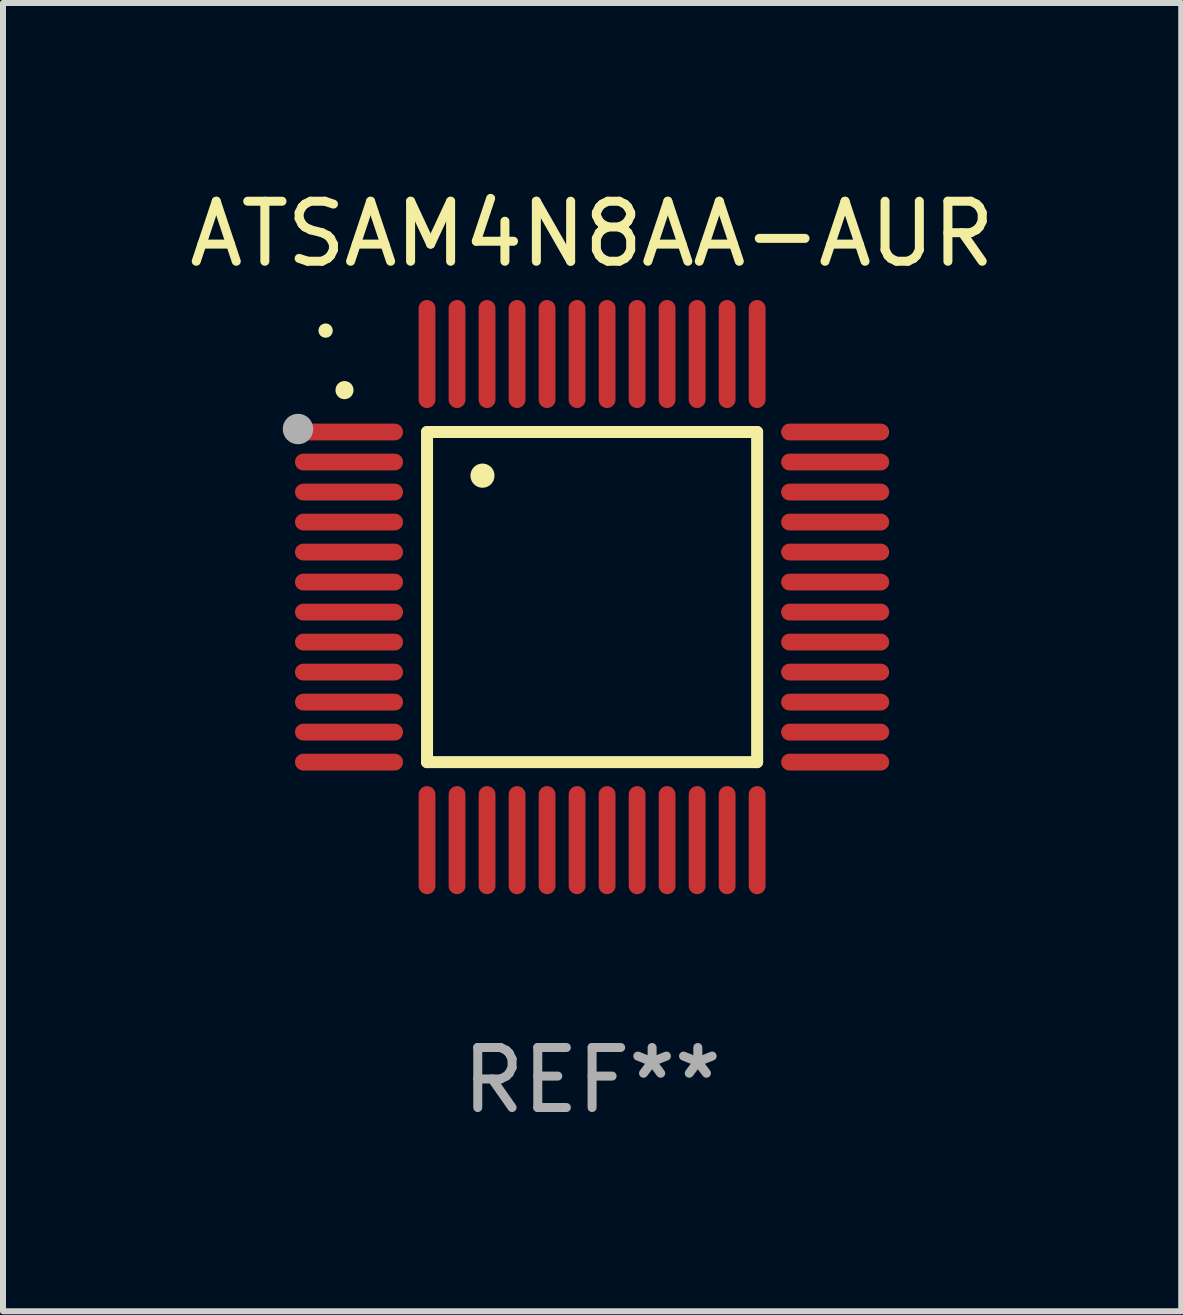
<source format=kicad_pcb>
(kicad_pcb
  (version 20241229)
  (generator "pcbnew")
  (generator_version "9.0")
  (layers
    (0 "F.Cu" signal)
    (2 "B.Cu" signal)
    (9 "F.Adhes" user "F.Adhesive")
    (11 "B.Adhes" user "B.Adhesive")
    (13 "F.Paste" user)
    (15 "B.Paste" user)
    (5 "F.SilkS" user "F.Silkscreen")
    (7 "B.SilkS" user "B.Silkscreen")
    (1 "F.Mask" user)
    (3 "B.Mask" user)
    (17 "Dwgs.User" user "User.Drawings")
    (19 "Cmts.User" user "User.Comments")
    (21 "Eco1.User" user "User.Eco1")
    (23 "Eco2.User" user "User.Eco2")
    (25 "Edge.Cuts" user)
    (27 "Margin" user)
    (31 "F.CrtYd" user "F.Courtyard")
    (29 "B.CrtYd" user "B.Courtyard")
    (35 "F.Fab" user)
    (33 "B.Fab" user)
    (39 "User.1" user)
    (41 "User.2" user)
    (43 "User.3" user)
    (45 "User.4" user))
  (footprint "ATSAM4N8AA-AUR"
    (layer "F.Cu")
    (at 6.815 6.898)
    (property "Reference" "ATSAM4N8AA-AUR" (at 0 -6.05 0) (layer "F.SilkS") (effects (font (size 1 1) (thickness 0.15))))
    (attr through_hole)
    (fp_line (start -2.75 -2.75) (end 2.75 -2.75) (stroke (width 0.2) (type solid)) (layer "F.SilkS"))
    (fp_line (start -2.75 2.75) (end -2.75 -2.75) (stroke (width 0.2) (type solid)) (layer "F.SilkS"))
    (fp_line (start 2.75 -2.75) (end 2.75 2.75) (stroke (width 0.2) (type solid)) (layer "F.SilkS"))
    (fp_line (start 2.75 2.75) (end -2.75 2.75) (stroke (width 0.2) (type solid)) (layer "F.SilkS"))
    (fp_arc (start -4.124968 -3.446787) (mid -4.124973 -3.448057) (end -4.124968 -3.449327) (stroke (width 0.3) (type solid)) (layer "F.SilkS"))
    (fp_arc (start -1.826264 -2.021844) (mid -1.826268 -2.023114) (end -1.826264 -2.024384) (stroke (width 0.4) (type solid)) (layer "F.SilkS"))
    (fp_circle (center -4.44 -4.44) (end -4.38 -4.44) (stroke (width 0.12) (type solid)) (fill no) (layer "F.SilkS"))
    (fp_circle (center -4.9 -2.8) (end -4.773 -2.8) (stroke (width 0.254) (type solid)) (fill no) (layer "F.Fab"))
    (fp_text user "REF**" (at 0 8.05 0) (layer "F.Fab") (effects (font (size 1 1) (thickness 0.15))))
    (pad "1" smd oval (at -4.05 -2.75 90) (size 0.28 1.8) (layers "F.Cu" "F.Mask" "F.Paste"))
    (pad "2" smd oval (at -4.05 -2.25 90) (size 0.28 1.8) (layers "F.Cu" "F.Mask" "F.Paste"))
    (pad "3" smd oval (at -4.05 -1.75 90) (size 0.28 1.8) (layers "F.Cu" "F.Mask" "F.Paste"))
    (pad "4" smd oval (at -4.05 -1.25 90) (size 0.28 1.8) (layers "F.Cu" "F.Mask" "F.Paste"))
    (pad "5" smd oval (at -4.05 -0.75 90) (size 0.28 1.8) (layers "F.Cu" "F.Mask" "F.Paste"))
    (pad "6" smd oval (at -4.05 -0.25 90) (size 0.28 1.8) (layers "F.Cu" "F.Mask" "F.Paste"))
    (pad "7" smd oval (at -4.05 0.25 90) (size 0.28 1.8) (layers "F.Cu" "F.Mask" "F.Paste"))
    (pad "8" smd oval (at -4.05 0.75 90) (size 0.28 1.8) (layers "F.Cu" "F.Mask" "F.Paste"))
    (pad "9" smd oval (at -4.05 1.25 90) (size 0.28 1.8) (layers "F.Cu" "F.Mask" "F.Paste"))
    (pad "10" smd oval (at -4.05 1.75 90) (size 0.28 1.8) (layers "F.Cu" "F.Mask" "F.Paste"))
    (pad "11" smd oval (at -4.05 2.25 90) (size 0.28 1.8) (layers "F.Cu" "F.Mask" "F.Paste"))
    (pad "12" smd oval (at -4.05 2.75 90) (size 0.28 1.8) (layers "F.Cu" "F.Mask" "F.Paste"))
    (pad "13" smd oval (at -2.75 4.05) (size 0.28 1.8) (layers "F.Cu" "F.Mask" "F.Paste"))
    (pad "14" smd oval (at -2.25 4.05) (size 0.28 1.8) (layers "F.Cu" "F.Mask" "F.Paste"))
    (pad "15" smd oval (at -1.75 4.05) (size 0.28 1.8) (layers "F.Cu" "F.Mask" "F.Paste"))
    (pad "16" smd oval (at -1.25 4.05) (size 0.28 1.8) (layers "F.Cu" "F.Mask" "F.Paste"))
    (pad "17" smd oval (at -0.75 4.05) (size 0.28 1.8) (layers "F.Cu" "F.Mask" "F.Paste"))
    (pad "18" smd oval (at -0.25 4.05) (size 0.28 1.8) (layers "F.Cu" "F.Mask" "F.Paste"))
    (pad "19" smd oval (at 0.25 4.05) (size 0.28 1.8) (layers "F.Cu" "F.Mask" "F.Paste"))
    (pad "20" smd oval (at 0.75 4.05) (size 0.28 1.8) (layers "F.Cu" "F.Mask" "F.Paste"))
    (pad "21" smd oval (at 1.25 4.05) (size 0.28 1.8) (layers "F.Cu" "F.Mask" "F.Paste"))
    (pad "22" smd oval (at 1.75 4.05) (size 0.28 1.8) (layers "F.Cu" "F.Mask" "F.Paste"))
    (pad "23" smd oval (at 2.25 4.05) (size 0.28 1.8) (layers "F.Cu" "F.Mask" "F.Paste"))
    (pad "24" smd oval (at 2.75 4.05) (size 0.28 1.8) (layers "F.Cu" "F.Mask" "F.Paste"))
    (pad "25" smd oval (at 4.05 2.75 90) (size 0.28 1.8) (layers "F.Cu" "F.Mask" "F.Paste"))
    (pad "26" smd oval (at 4.05 2.25 90) (size 0.28 1.8) (layers "F.Cu" "F.Mask" "F.Paste"))
    (pad "27" smd oval (at 4.05 1.75 90) (size 0.28 1.8) (layers "F.Cu" "F.Mask" "F.Paste"))
    (pad "28" smd oval (at 4.05 1.25 90) (size 0.28 1.8) (layers "F.Cu" "F.Mask" "F.Paste"))
    (pad "29" smd oval (at 4.05 0.75 90) (size 0.28 1.8) (layers "F.Cu" "F.Mask" "F.Paste"))
    (pad "30" smd oval (at 4.05 0.25 90) (size 0.28 1.8) (layers "F.Cu" "F.Mask" "F.Paste"))
    (pad "31" smd oval (at 4.05 -0.25 90) (size 0.28 1.8) (layers "F.Cu" "F.Mask" "F.Paste"))
    (pad "32" smd oval (at 4.05 -0.75 90) (size 0.28 1.8) (layers "F.Cu" "F.Mask" "F.Paste"))
    (pad "33" smd oval (at 4.05 -1.25 90) (size 0.28 1.8) (layers "F.Cu" "F.Mask" "F.Paste"))
    (pad "34" smd oval (at 4.05 -1.75 90) (size 0.28 1.8) (layers "F.Cu" "F.Mask" "F.Paste"))
    (pad "35" smd oval (at 4.05 -2.25 90) (size 0.28 1.8) (layers "F.Cu" "F.Mask" "F.Paste"))
    (pad "36" smd oval (at 4.05 -2.75 90) (size 0.28 1.8) (layers "F.Cu" "F.Mask" "F.Paste"))
    (pad "37" smd oval (at 2.75 -4.05) (size 0.28 1.8) (layers "F.Cu" "F.Mask" "F.Paste"))
    (pad "38" smd oval (at 2.25 -4.05) (size 0.28 1.8) (layers "F.Cu" "F.Mask" "F.Paste"))
    (pad "39" smd oval (at 1.75 -4.05) (size 0.28 1.8) (layers "F.Cu" "F.Mask" "F.Paste"))
    (pad "40" smd oval (at 1.25 -4.05) (size 0.28 1.8) (layers "F.Cu" "F.Mask" "F.Paste"))
    (pad "41" smd oval (at 0.75 -4.05) (size 0.28 1.8) (layers "F.Cu" "F.Mask" "F.Paste"))
    (pad "42" smd oval (at 0.25 -4.05) (size 0.28 1.8) (layers "F.Cu" "F.Mask" "F.Paste"))
    (pad "43" smd oval (at -0.25 -4.05) (size 0.28 1.8) (layers "F.Cu" "F.Mask" "F.Paste"))
    (pad "44" smd oval (at -0.75 -4.05) (size 0.28 1.8) (layers "F.Cu" "F.Mask" "F.Paste"))
    (pad "45" smd oval (at -1.25 -4.05) (size 0.28 1.8) (layers "F.Cu" "F.Mask" "F.Paste"))
    (pad "46" smd oval (at -1.75 -4.05) (size 0.28 1.8) (layers "F.Cu" "F.Mask" "F.Paste"))
    (pad "47" smd oval (at -2.25 -4.05) (size 0.28 1.8) (layers "F.Cu" "F.Mask" "F.Paste"))
    (pad "48" smd oval (at -2.75 -4.05) (size 0.28 1.8) (layers "F.Cu" "F.Mask" "F.Paste")))
  (gr_rect
    (start -3 -3)
    (end 16.631 18.797)
    (stroke (width 0.1) (type default))
    (fill no)
    (layer "Edge.Cuts")))
</source>
